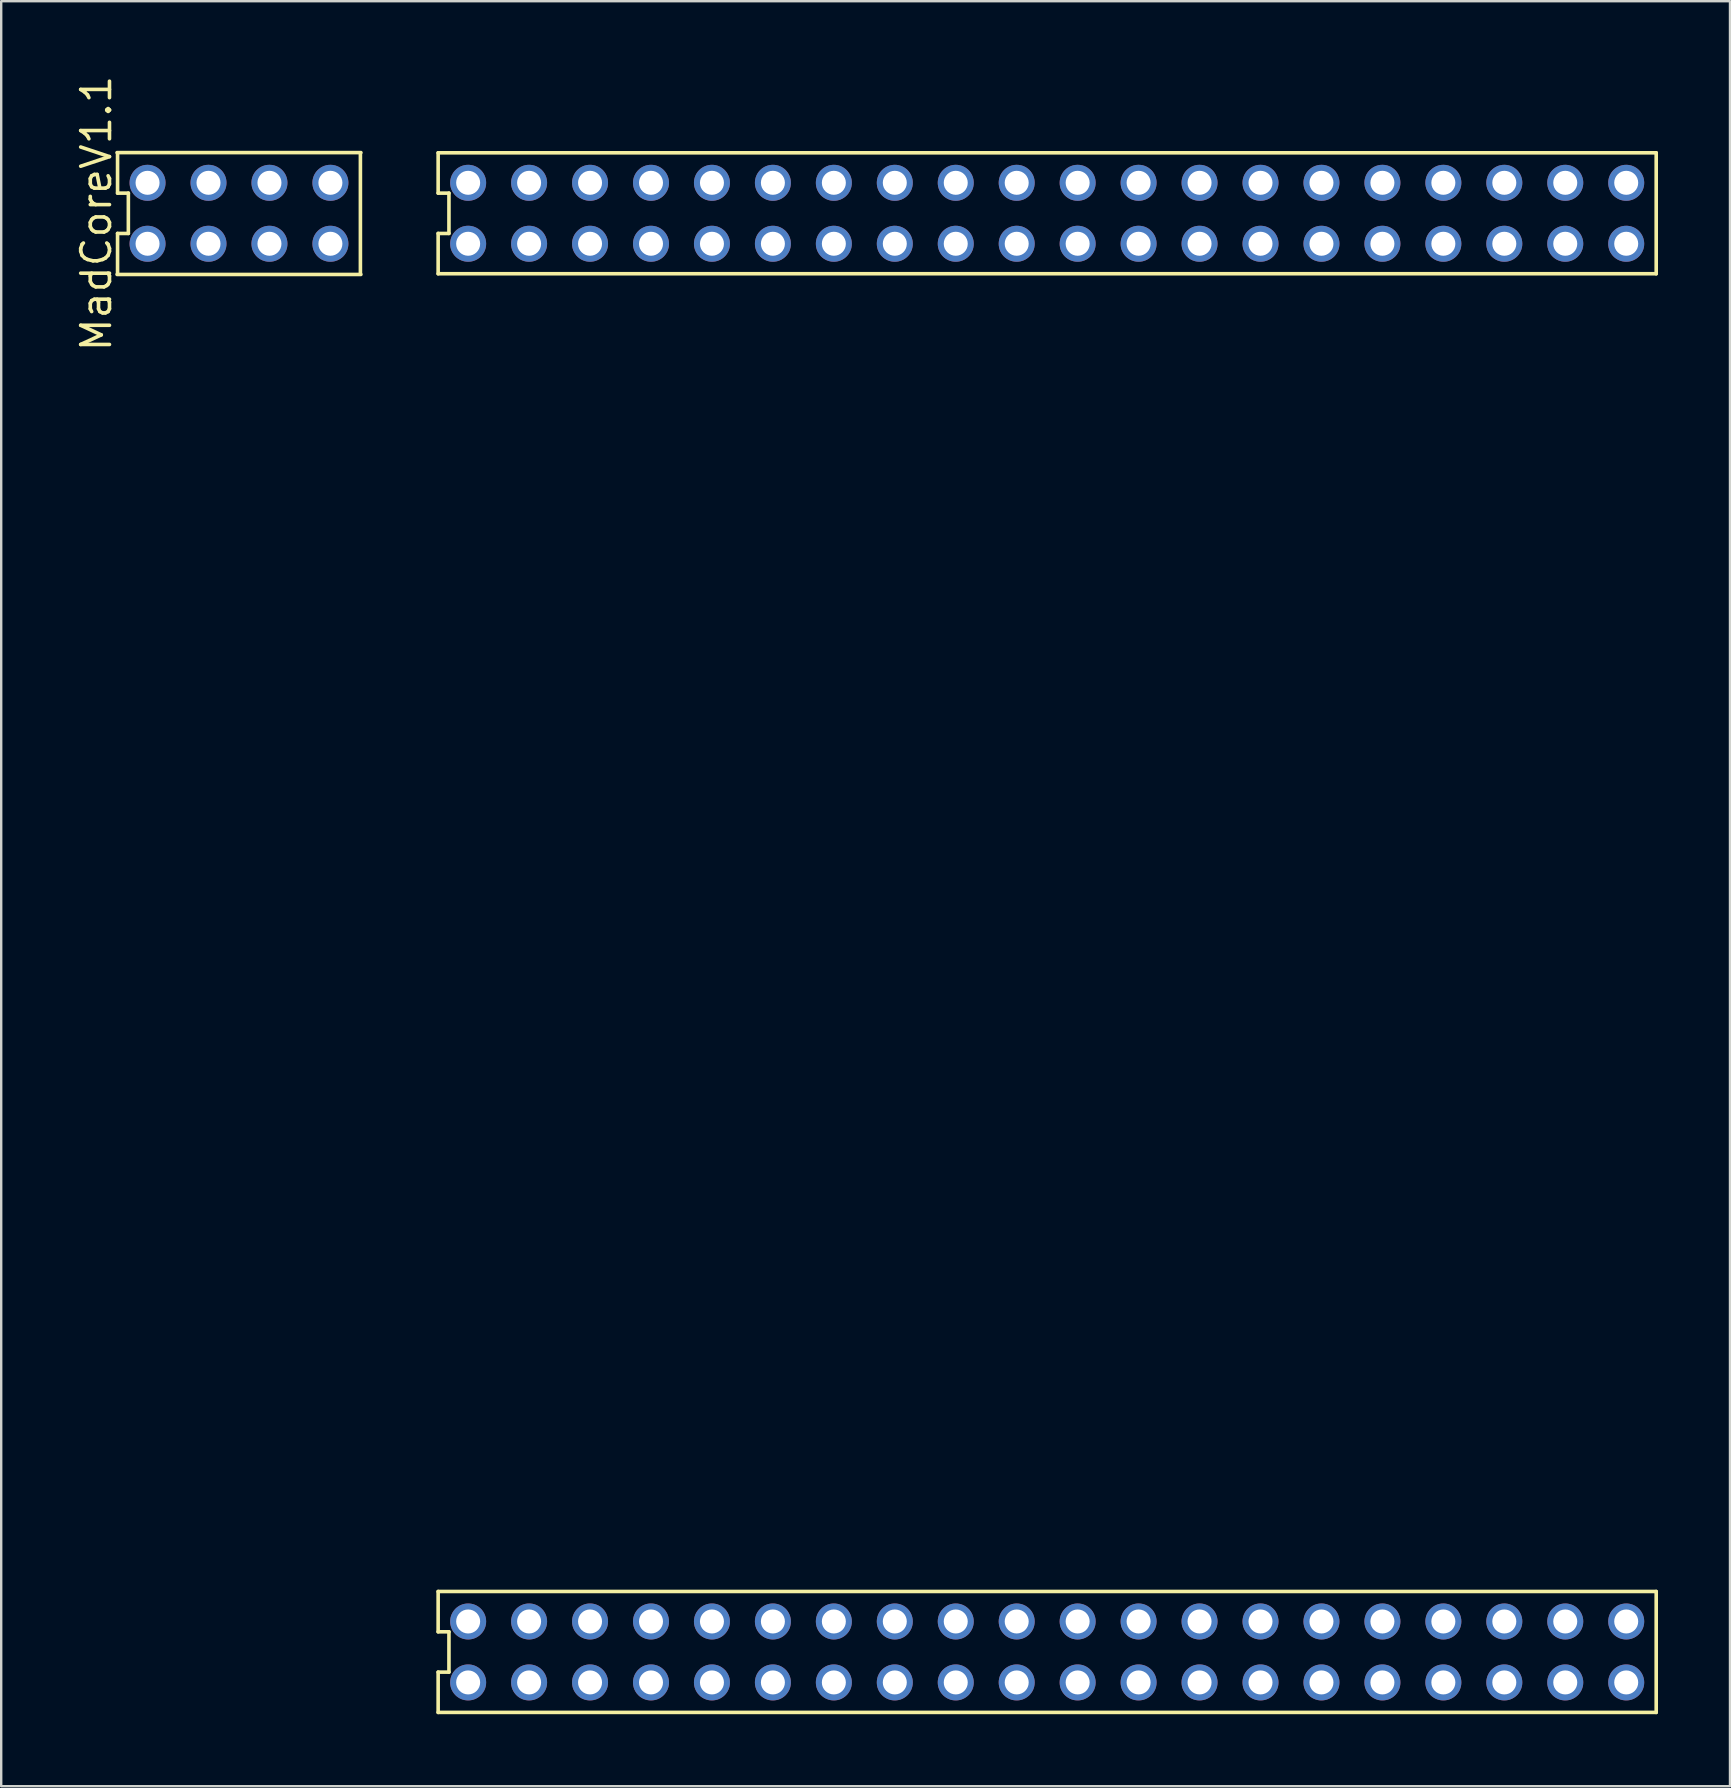
<source format=kicad_pcb>
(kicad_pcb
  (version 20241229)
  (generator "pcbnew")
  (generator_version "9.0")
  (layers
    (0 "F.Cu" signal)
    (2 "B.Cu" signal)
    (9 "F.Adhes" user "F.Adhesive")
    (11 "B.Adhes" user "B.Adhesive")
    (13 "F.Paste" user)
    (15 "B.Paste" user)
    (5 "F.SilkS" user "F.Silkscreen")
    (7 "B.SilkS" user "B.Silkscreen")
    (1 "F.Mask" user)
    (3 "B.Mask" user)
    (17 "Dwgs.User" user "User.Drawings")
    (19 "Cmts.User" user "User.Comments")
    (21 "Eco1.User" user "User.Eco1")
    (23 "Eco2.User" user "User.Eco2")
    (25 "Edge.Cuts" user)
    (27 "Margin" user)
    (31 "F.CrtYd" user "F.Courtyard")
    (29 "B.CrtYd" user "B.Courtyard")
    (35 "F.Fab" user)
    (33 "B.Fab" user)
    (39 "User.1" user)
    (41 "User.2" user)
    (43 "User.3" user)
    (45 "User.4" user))
  (footprint "MadCoreV1.1"
    (layer "F.Cu")
    (at 40.589 65.792)
    (property "Reference" "MadCoreV1.1" (at -39.624 -59.944 90) (layer "F.SilkS") (effects (font (size 1.2 1.2) (thickness 0.15))))
    (attr through_hole)
    (fp_line (start -38.76 -62.484) (end -28.6 -62.484) (stroke (width 0.15) (type solid)) (layer "F.SilkS"))
    (fp_line (start -38.74 -62.474) (end -38.74 -60.794) (stroke (width 0.15) (type solid)) (layer "F.SilkS"))
    (fp_line (start -38.74 -60.794) (end -38.29 -60.794) (stroke (width 0.15) (type solid)) (layer "F.SilkS"))
    (fp_line (start -38.74 -59.114) (end -38.74 -57.434) (stroke (width 0.15) (type solid)) (layer "F.SilkS"))
    (fp_line (start -38.29 -60.794) (end -38.29 -59.114) (stroke (width 0.15) (type solid)) (layer "F.SilkS"))
    (fp_line (start -38.29 -59.114) (end -38.74 -59.114) (stroke (width 0.15) (type solid)) (layer "F.SilkS"))
    (fp_line (start -28.62 -57.434) (end -28.62 -62.474) (stroke (width 0.15) (type solid)) (layer "F.SilkS"))
    (fp_line (start -28.6 -57.404) (end -38.76 -57.404) (stroke (width 0.15) (type solid)) (layer "F.SilkS"))
    (fp_line (start -25.38 -62.474) (end -25.38 -60.794) (stroke (width 0.15) (type solid)) (layer "F.SilkS"))
    (fp_line (start -25.38 -60.794) (end -24.93 -60.794) (stroke (width 0.15) (type solid)) (layer "F.SilkS"))
    (fp_line (start -25.38 -59.114) (end -25.38 -57.434) (stroke (width 0.15) (type solid)) (layer "F.SilkS"))
    (fp_line (start -25.38 -57.434) (end 25.38 -57.434) (stroke (width 0.15) (type solid)) (layer "F.SilkS"))
    (fp_line (start -25.38 -2.52) (end -25.38 -0.84) (stroke (width 0.15) (type solid)) (layer "F.SilkS"))
    (fp_line (start -25.38 -0.84) (end -24.93 -0.84) (stroke (width 0.15) (type solid)) (layer "F.SilkS"))
    (fp_line (start -25.38 0.84) (end -25.38 2.52) (stroke (width 0.15) (type solid)) (layer "F.SilkS"))
    (fp_line (start -25.38 2.52) (end 25.38 2.52) (stroke (width 0.15) (type solid)) (layer "F.SilkS"))
    (fp_line (start -24.93 -60.794) (end -24.93 -59.114) (stroke (width 0.15) (type solid)) (layer "F.SilkS"))
    (fp_line (start -24.93 -59.114) (end -25.38 -59.114) (stroke (width 0.15) (type solid)) (layer "F.SilkS"))
    (fp_line (start -24.93 -0.84) (end -24.93 0.84) (stroke (width 0.15) (type solid)) (layer "F.SilkS"))
    (fp_line (start -24.93 0.84) (end -25.38 0.84) (stroke (width 0.15) (type solid)) (layer "F.SilkS"))
    (fp_line (start 25.38 -62.474) (end -25.38 -62.474) (stroke (width 0.15) (type solid)) (layer "F.SilkS"))
    (fp_line (start 25.38 -57.434) (end 25.38 -62.474) (stroke (width 0.15) (type solid)) (layer "F.SilkS"))
    (fp_line (start 25.38 -2.52) (end -25.38 -2.52) (stroke (width 0.15) (type solid)) (layer "F.SilkS"))
    (fp_line (start 25.38 2.52) (end 25.38 -2.52) (stroke (width 0.15) (type solid)) (layer "F.SilkS"))
    (pad "1" thru_hole circle (at -37.49 -58.684) (size 1.5 1.5) (drill 1) (layers "*.Cu" "*.Mask"))
    (pad "2" thru_hole circle (at -34.95 -58.684) (size 1.5 1.5) (drill 1) (layers "*.Cu" "*.Mask"))
    (pad "3" thru_hole circle (at -32.41 -58.684) (size 1.5 1.5) (drill 1) (layers "*.Cu" "*.Mask"))
    (pad "4" thru_hole circle (at -29.87 -58.684) (size 1.5 1.5) (drill 1) (layers "*.Cu" "*.Mask"))
    (pad "5" thru_hole circle (at -29.87 -61.224) (size 1.5 1.5) (drill 1) (layers "*.Cu" "*.Mask"))
    (pad "6" thru_hole circle (at -32.41 -61.224) (size 1.5 1.5) (drill 1) (layers "*.Cu" "*.Mask"))
    (pad "7" thru_hole circle (at -34.95 -61.224) (size 1.5 1.5) (drill 1) (layers "*.Cu" "*.Mask"))
    (pad "8" thru_hole circle (at -37.49 -61.224) (size 1.5 1.5) (drill 1) (layers "*.Cu" "*.Mask"))
    (pad "PA0" thru_hole circle (at 8.89 -61.224) (size 1.5 1.5) (drill 1) (layers "*.Cu" "*.Mask"))
    (pad "PA1" thru_hole circle (at 8.89 -58.684) (size 1.5 1.5) (drill 1) (layers "*.Cu" "*.Mask"))
    (pad "PA2" thru_hole circle (at 6.35 -61.224) (size 1.5 1.5) (drill 1) (layers "*.Cu" "*.Mask"))
    (pad "PA3" thru_hole circle (at 6.35 -58.684) (size 1.5 1.5) (drill 1) (layers "*.Cu" "*.Mask"))
    (pad "PA4" thru_hole circle (at 3.81 -61.224) (size 1.5 1.5) (drill 1) (layers "*.Cu" "*.Mask"))
    (pad "PA5" thru_hole circle (at 3.81 -58.684) (size 1.5 1.5) (drill 1) (layers "*.Cu" "*.Mask"))
    (pad "PA6" thru_hole circle (at 1.27 -61.224) (size 1.5 1.5) (drill 1) (layers "*.Cu" "*.Mask"))
    (pad "PA7" thru_hole circle (at 1.27 -58.684) (size 1.5 1.5) (drill 1) (layers "*.Cu" "*.Mask"))
    (pad "PA8" thru_hole circle (at -8.89 -1.27) (size 1.5 1.5) (drill 1) (layers "*.Cu" "*.Mask"))
    (pad "PA9" thru_hole circle (at -8.89 1.27) (size 1.5 1.5) (drill 1) (layers "*.Cu" "*.Mask"))
    (pad "PA10" thru_hole circle (at -6.35 -1.27) (size 1.5 1.5) (drill 1) (layers "*.Cu" "*.Mask"))
    (pad "PA11" thru_hole circle (at -6.35 1.27) (size 1.5 1.5) (drill 1) (layers "*.Cu" "*.Mask"))
    (pad "PA12" thru_hole circle (at -3.81 -1.27) (size 1.5 1.5) (drill 1) (layers "*.Cu" "*.Mask"))
    (pad "PA13" thru_hole circle (at -3.81 1.27) (size 1.5 1.5) (drill 1) (layers "*.Cu" "*.Mask"))
    (pad "PA14" thru_hole circle (at -1.27 -1.27) (size 1.5 1.5) (drill 1) (layers "*.Cu" "*.Mask"))
    (pad "PA15" thru_hole circle (at -1.27 1.27) (size 1.5 1.5) (drill 1) (layers "*.Cu" "*.Mask"))
    (pad "PB0" thru_hole circle (at -3.81 -61.224) (size 1.5 1.5) (drill 1) (layers "*.Cu" "*.Mask"))
    (pad "PB1" thru_hole circle (at -3.81 -58.684) (size 1.5 1.5) (drill 1) (layers "*.Cu" "*.Mask"))
    (pad "PB2" thru_hole circle (at -6.35 -61.224) (size 1.5 1.5) (drill 1) (layers "*.Cu" "*.Mask"))
    (pad "PB3" thru_hole circle (at 13.97 1.27) (size 1.5 1.5) (drill 1) (layers "*.Cu" "*.Mask"))
    (pad "PB4" thru_hole circle (at 16.51 -1.27) (size 1.5 1.5) (drill 1) (layers "*.Cu" "*.Mask"))
    (pad "PB5" thru_hole circle (at 16.51 1.27) (size 1.5 1.5) (drill 1) (layers "*.Cu" "*.Mask"))
    (pad "PB6" thru_hole circle (at 19.05 -1.27) (size 1.5 1.5) (drill 1) (layers "*.Cu" "*.Mask"))
    (pad "PB7" thru_hole circle (at 19.05 1.27) (size 1.5 1.5) (drill 1) (layers "*.Cu" "*.Mask"))
    (pad "PB8" thru_hole circle (at 21.59 -1.27) (size 1.5 1.5) (drill 1) (layers "*.Cu" "*.Mask"))
    (pad "PB9" thru_hole circle (at 21.59 1.27) (size 1.5 1.5) (drill 1) (layers "*.Cu" "*.Mask"))
    (pad "PB10" thru_hole circle (at -19.05 -61.224) (size 1.5 1.5) (drill 1) (layers "*.Cu" "*.Mask"))
    (pad "PB11" thru_hole circle (at -19.05 -58.684) (size 1.5 1.5) (drill 1) (layers "*.Cu" "*.Mask"))
    (pad "PB12" thru_hole circle (at -21.59 -61.224) (size 1.5 1.5) (drill 1) (layers "*.Cu" "*.Mask"))
    (pad "PB13" thru_hole circle (at -21.59 -58.684) (size 1.5 1.5) (drill 1) (layers "*.Cu" "*.Mask"))
    (pad "PB14" thru_hole circle (at -24.13 -61.224) (size 1.5 1.5) (drill 1) (layers "*.Cu" "*.Mask"))
    (pad "PB15" thru_hole circle (at -24.13 -58.684) (size 1.5 1.5) (drill 1) (layers "*.Cu" "*.Mask"))
    (pad "PC0" thru_hole circle (at 13.97 -61.224) (size 1.5 1.5) (drill 1) (layers "*.Cu" "*.Mask"))
    (pad "PC1" thru_hole circle (at 13.97 -58.684) (size 1.5 1.5) (drill 1) (layers "*.Cu" "*.Mask"))
    (pad "PC2" thru_hole circle (at 11.43 -61.224) (size 1.5 1.5) (drill 1) (layers "*.Cu" "*.Mask"))
    (pad "PC3" thru_hole circle (at 11.43 -58.684) (size 1.5 1.5) (drill 1) (layers "*.Cu" "*.Mask"))
    (pad "PC4" thru_hole circle (at -1.27 -61.224) (size 1.5 1.5) (drill 1) (layers "*.Cu" "*.Mask"))
    (pad "PC5" thru_hole circle (at -1.27 -58.684) (size 1.5 1.5) (drill 1) (layers "*.Cu" "*.Mask"))
    (pad "PC6" thru_hole circle (at -13.97 -1.27) (size 1.5 1.5) (drill 1) (layers "*.Cu" "*.Mask"))
    (pad "PC7" thru_hole circle (at -13.97 1.27) (size 1.5 1.5) (drill 1) (layers "*.Cu" "*.Mask"))
    (pad "PC8" thru_hole circle (at -11.43 -1.27) (size 1.5 1.5) (drill 1) (layers "*.Cu" "*.Mask"))
    (pad "PC9" thru_hole circle (at -11.43 1.27) (size 1.5 1.5) (drill 1) (layers "*.Cu" "*.Mask"))
    (pad "PC10" thru_hole circle (at 1.27 -1.27) (size 1.5 1.5) (drill 1) (layers "*.Cu" "*.Mask"))
    (pad "PC11" thru_hole circle (at 1.27 1.27) (size 1.5 1.5) (drill 1) (layers "*.Cu" "*.Mask"))
    (pad "PC12" thru_hole circle (at 3.81 -1.27) (size 1.5 1.5) (drill 1) (layers "*.Cu" "*.Mask"))
    (pad "PC13" thru_hole circle (at 19.05 -58.684) (size 1.5 1.5) (drill 1) (layers "*.Cu" "*.Mask"))
    (pad "PC14" thru_hole circle (at 16.51 -61.224) (size 1.5 1.5) (drill 1) (layers "*.Cu" "*.Mask"))
    (pad "PC15" thru_hole circle (at 16.51 -58.684) (size 1.5 1.5) (drill 1) (layers "*.Cu" "*.Mask"))
    (pad "PD0" thru_hole circle (at 3.81 1.27) (size 1.5 1.5) (drill 1) (layers "*.Cu" "*.Mask"))
    (pad "PD1" thru_hole circle (at 6.35 -1.27) (size 1.5 1.5) (drill 1) (layers "*.Cu" "*.Mask"))
    (pad "PD2" thru_hole circle (at 6.35 1.27) (size 1.5 1.5) (drill 1) (layers "*.Cu" "*.Mask"))
    (pad "PD3" thru_hole circle (at 8.89 -1.27) (size 1.5 1.5) (drill 1) (layers "*.Cu" "*.Mask"))
    (pad "PD4" thru_hole circle (at 8.89 1.27) (size 1.5 1.5) (drill 1) (layers "*.Cu" "*.Mask"))
    (pad "PD5" thru_hole circle (at 11.43 -1.27) (size 1.5 1.5) (drill 1) (layers "*.Cu" "*.Mask"))
    (pad "PD6" thru_hole circle (at 11.43 1.27) (size 1.5 1.5) (drill 1) (layers "*.Cu" "*.Mask"))
    (pad "PD7" thru_hole circle (at 13.97 -1.27) (size 1.5 1.5) (drill 1) (layers "*.Cu" "*.Mask"))
    (pad "PD8" thru_hole circle (at -24.13 -1.27) (size 1.5 1.5) (drill 1) (layers "*.Cu" "*.Mask"))
    (pad "PD9" thru_hole circle (at -24.13 1.27) (size 1.5 1.5) (drill 1) (layers "*.Cu" "*.Mask"))
    (pad "PD10" thru_hole circle (at -21.59 -1.27) (size 1.5 1.5) (drill 1) (layers "*.Cu" "*.Mask"))
    (pad "PD11" thru_hole circle (at -21.59 1.27) (size 1.5 1.5) (drill 1) (layers "*.Cu" "*.Mask"))
    (pad "PD12" thru_hole circle (at -19.05 -1.27) (size 1.5 1.5) (drill 1) (layers "*.Cu" "*.Mask"))
    (pad "PD13" thru_hole circle (at -19.05 1.27) (size 1.5 1.5) (drill 1) (layers "*.Cu" "*.Mask"))
    (pad "PD14" thru_hole circle (at -16.51 -1.27) (size 1.5 1.5) (drill 1) (layers "*.Cu" "*.Mask"))
    (pad "PD15" thru_hole circle (at -16.51 1.27) (size 1.5 1.5) (drill 1) (layers "*.Cu" "*.Mask"))
    (pad "PE0" thru_hole circle (at 24.13 -1.27) (size 1.5 1.5) (drill 1) (layers "*.Cu" "*.Mask"))
    (pad "PE1" thru_hole circle (at 24.13 1.27) (size 1.5 1.5) (drill 1) (layers "*.Cu" "*.Mask"))
    (pad "PE2" thru_hole circle (at 24.13 -61.224) (size 1.5 1.5) (drill 1) (layers "*.Cu" "*.Mask"))
    (pad "PE3" thru_hole circle (at 24.13 -58.684) (size 1.5 1.5) (drill 1) (layers "*.Cu" "*.Mask"))
    (pad "PE4" thru_hole circle (at 21.59 -61.224) (size 1.5 1.5) (drill 1) (layers "*.Cu" "*.Mask"))
    (pad "PE5" thru_hole circle (at 21.59 -58.684) (size 1.5 1.5) (drill 1) (layers "*.Cu" "*.Mask"))
    (pad "PE6" thru_hole circle (at 19.05 -61.224) (size 1.5 1.5) (drill 1) (layers "*.Cu" "*.Mask"))
    (pad "PE7" thru_hole circle (at -6.35 -58.684) (size 1.5 1.5) (drill 1) (layers "*.Cu" "*.Mask"))
    (pad "PE8" thru_hole circle (at -8.89 -61.224) (size 1.5 1.5) (drill 1) (layers "*.Cu" "*.Mask"))
    (pad "PE9" thru_hole circle (at -8.89 -58.684) (size 1.5 1.5) (drill 1) (layers "*.Cu" "*.Mask"))
    (pad "PE10" thru_hole circle (at -11.43 -61.224) (size 1.5 1.5) (drill 1) (layers "*.Cu" "*.Mask"))
    (pad "PE11" thru_hole circle (at -11.43 -58.684) (size 1.5 1.5) (drill 1) (layers "*.Cu" "*.Mask"))
    (pad "PE12" thru_hole circle (at -13.97 -61.224) (size 1.5 1.5) (drill 1) (layers "*.Cu" "*.Mask"))
    (pad "PE13" thru_hole circle (at -13.97 -58.684) (size 1.5 1.5) (drill 1) (layers "*.Cu" "*.Mask"))
    (pad "PE14" thru_hole circle (at -16.51 -61.224) (size 1.5 1.5) (drill 1) (layers "*.Cu" "*.Mask"))
    (pad "PE15" thru_hole circle (at -16.51 -58.684) (size 1.5 1.5) (drill 1) (layers "*.Cu" "*.Mask")))
  (gr_rect
    (start -3 -3)
    (end 69.044 71.387)
    (stroke (width 0.1) (type default))
    (fill no)
    (layer "Edge.Cuts")))
</source>
